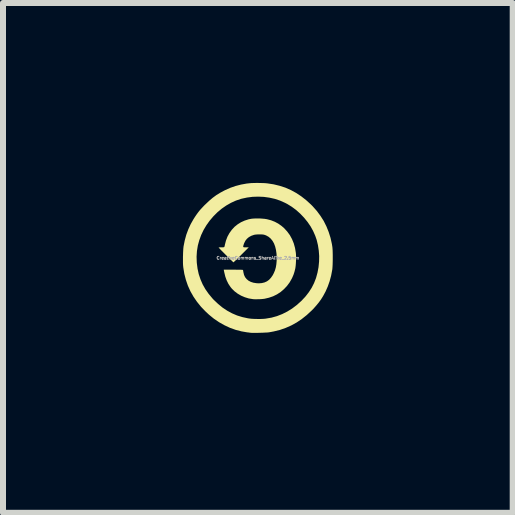
<source format=kicad_pcb>
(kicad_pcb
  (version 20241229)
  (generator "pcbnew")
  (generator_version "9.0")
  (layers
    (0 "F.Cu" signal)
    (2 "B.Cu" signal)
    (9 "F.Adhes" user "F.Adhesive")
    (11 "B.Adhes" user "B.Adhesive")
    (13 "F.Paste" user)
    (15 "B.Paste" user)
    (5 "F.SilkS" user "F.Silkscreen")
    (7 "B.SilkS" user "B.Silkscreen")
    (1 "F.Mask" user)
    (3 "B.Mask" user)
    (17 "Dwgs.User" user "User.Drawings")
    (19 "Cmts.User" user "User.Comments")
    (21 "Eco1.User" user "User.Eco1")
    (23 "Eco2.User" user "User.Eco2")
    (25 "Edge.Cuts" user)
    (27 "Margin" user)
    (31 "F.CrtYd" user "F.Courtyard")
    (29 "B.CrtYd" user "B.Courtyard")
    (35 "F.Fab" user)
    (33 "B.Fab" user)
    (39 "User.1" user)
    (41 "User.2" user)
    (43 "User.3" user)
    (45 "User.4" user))
  (footprint "CreativeCommons_ShareAlike_2.5mm"
    (layer "F.Cu")
    (at 1.249 1.25)
    (property "Reference" "CreativeCommons_ShareAlike_2.5mm" (at 0 0 0) (layer "F.Fab") (effects (font (size 0.05 0.05) (thickness 0.013))))
    (attr board_only exclude_from_pos_files exclude_from_bom)
    (fp_poly (pts (xy 0.035 -0.658) (xy 0.075 -0.655) (xy 0.112 -0.652) (xy 0.143 -0.647) (xy 0.149 -0.646) (xy 0.219 -0.628) (xy 0.282 -0.603) (xy 0.34 -0.572) (xy 0.394 -0.534) (xy 0.438 -0.496) (xy 0.489 -0.44) (xy 0.533 -0.38) (xy 0.569 -0.314) (xy 0.598 -0.243) (xy 0.619 -0.167) (xy 0.632 -0.09) (xy 0.635 -0.06) (xy 0.636 -0.025) (xy 0.636 0.013) (xy 0.635 0.054) (xy 0.633 0.093) (xy 0.63 0.129) (xy 0.626 0.16) (xy 0.623 0.178) (xy 0.61 0.23) (xy 0.595 0.277) (xy 0.575 0.324) (xy 0.566 0.343) (xy 0.529 0.408) (xy 0.485 0.467) (xy 0.435 0.52) (xy 0.38 0.567) (xy 0.319 0.607) (xy 0.254 0.639) (xy 0.184 0.663) (xy 0.112 0.68) (xy 0.112 0.68) (xy 0.08 0.684) (xy 0.043 0.687) (xy 0.004 0.688) (xy -0.034 0.689) (xy -0.068 0.688) (xy -0.086 0.686) (xy -0.153 0.675) (xy -0.218 0.655) (xy -0.279 0.629) (xy -0.336 0.596) (xy -0.388 0.557) (xy -0.433 0.513) (xy -0.457 0.484) (xy -0.492 0.431) (xy -0.52 0.374) (xy -0.543 0.311) (xy -0.56 0.241) (xy -0.566 0.212) (xy -0.569 0.195) (xy -0.409 0.195) (xy -0.365 0.196) (xy -0.329 0.196) (xy -0.3 0.196) (xy -0.279 0.197) (xy -0.264 0.198) (xy -0.254 0.199) (xy -0.249 0.2) (xy -0.248 0.201) (xy -0.247 0.208) (xy -0.244 0.221) (xy -0.242 0.238) (xy -0.241 0.24) (xy -0.231 0.283) (xy -0.213 0.321) (xy -0.188 0.352) (xy -0.156 0.379) (xy -0.118 0.399) (xy -0.074 0.413) (xy -0.023 0.421) (xy 0.017 0.423) (xy 0.066 0.419) (xy 0.111 0.408) (xy 0.151 0.39) (xy 0.187 0.364) (xy 0.219 0.329) (xy 0.248 0.287) (xy 0.266 0.252) (xy 0.285 0.207) (xy 0.299 0.158) (xy 0.308 0.105) (xy 0.313 0.047) (xy 0.314 0.004) (xy 0.311 -0.068) (xy 0.302 -0.132) (xy 0.288 -0.19) (xy 0.269 -0.241) (xy 0.244 -0.285) (xy 0.214 -0.322) (xy 0.179 -0.352) (xy 0.138 -0.375) (xy 0.122 -0.381) (xy 0.107 -0.386) (xy 0.094 -0.389) (xy 0.08 -0.391) (xy 0.063 -0.392) (xy 0.04 -0.393) (xy 0.027 -0.393) (xy -0.007 -0.392) (xy -0.034 -0.39) (xy -0.055 -0.387) (xy -0.064 -0.385) (xy -0.11 -0.369) (xy -0.15 -0.347) (xy -0.183 -0.319) (xy -0.209 -0.286) (xy -0.229 -0.246) (xy -0.235 -0.229) (xy -0.242 -0.207) (xy -0.245 -0.193) (xy -0.244 -0.184) (xy -0.238 -0.179) (xy -0.225 -0.177) (xy -0.205 -0.177) (xy -0.199 -0.177) (xy -0.152 -0.177) (xy -0.277 -0.052) (xy -0.305 -0.025) (xy -0.331 0.001) (xy -0.354 0.024) (xy -0.374 0.043) (xy -0.39 0.058) (xy -0.401 0.068) (xy -0.406 0.073) (xy -0.407 0.073) (xy -0.411 0.07) (xy -0.421 0.061) (xy -0.435 0.047) (xy -0.453 0.03) (xy -0.474 0.01) (xy -0.497 -0.013) (xy -0.521 -0.037) (xy -0.546 -0.062) (xy -0.57 -0.086) (xy -0.592 -0.108) (xy -0.613 -0.129) (xy -0.63 -0.147) (xy -0.643 -0.161) (xy -0.652 -0.17) (xy -0.655 -0.174) (xy -0.65 -0.175) (xy -0.639 -0.176) (xy -0.622 -0.177) (xy -0.607 -0.177) (xy -0.586 -0.177) (xy -0.571 -0.178) (xy -0.563 -0.181) (xy -0.558 -0.187) (xy -0.554 -0.198) (xy -0.551 -0.216) (xy -0.55 -0.22) (xy -0.532 -0.29) (xy -0.507 -0.355) (xy -0.474 -0.415) (xy -0.435 -0.469) (xy -0.39 -0.518) (xy -0.338 -0.56) (xy -0.282 -0.595) (xy -0.22 -0.623) (xy -0.154 -0.644) (xy -0.11 -0.653) (xy -0.081 -0.656) (xy -0.045 -0.658) (xy -0.006 -0.658)) (stroke (width 0) (type solid)) (fill yes) (layer "F.SilkS"))
    (fp_poly (pts (xy 0.009 -1.25) (xy 0.052 -1.249) (xy 0.093 -1.248) (xy 0.13 -1.246) (xy 0.159 -1.243) (xy 0.263 -1.227) (xy 0.362 -1.203) (xy 0.458 -1.172) (xy 0.549 -1.132) (xy 0.637 -1.084) (xy 0.722 -1.028) (xy 0.804 -0.964) (xy 0.884 -0.891) (xy 0.912 -0.863) (xy 0.982 -0.784) (xy 1.043 -0.702) (xy 1.097 -0.617) (xy 1.142 -0.527) (xy 1.18 -0.433) (xy 1.211 -0.335) (xy 1.234 -0.231) (xy 1.242 -0.18) (xy 1.244 -0.157) (xy 1.246 -0.127) (xy 1.247 -0.092) (xy 1.248 -0.052) (xy 1.248 -0.01) (xy 1.248 0.033) (xy 1.247 0.074) (xy 1.246 0.113) (xy 1.244 0.148) (xy 1.242 0.177) (xy 1.24 0.195) (xy 1.221 0.295) (xy 1.196 0.388) (xy 1.165 0.476) (xy 1.128 0.56) (xy 1.087 0.636) (xy 1.052 0.692) (xy 1.014 0.744) (xy 0.972 0.795) (xy 0.925 0.848) (xy 0.896 0.877) (xy 0.815 0.952) (xy 0.732 1.018) (xy 0.646 1.076) (xy 0.557 1.125) (xy 0.464 1.166) (xy 0.367 1.2) (xy 0.265 1.225) (xy 0.19 1.239) (xy 0.175 1.241) (xy 0.153 1.243) (xy 0.125 1.244) (xy 0.093 1.246) (xy 0.059 1.247) (xy 0.024 1.248) (xy -0.011 1.249) (xy -0.043 1.249) (xy -0.072 1.249) (xy -0.097 1.249) (xy -0.114 1.248) (xy -0.123 1.247) (xy -0.132 1.246) (xy -0.148 1.244) (xy -0.167 1.241) (xy -0.175 1.241) (xy -0.273 1.224) (xy -0.37 1.199) (xy -0.465 1.165) (xy -0.557 1.122) (xy -0.646 1.072) (xy -0.733 1.013) (xy -0.815 0.946) (xy -0.872 0.893) (xy -0.948 0.814) (xy -1.015 0.731) (xy -1.074 0.645) (xy -1.125 0.555) (xy -1.167 0.462) (xy -1.2 0.366) (xy -1.226 0.266) (xy -1.243 0.162) (xy -1.246 0.135) (xy -1.248 0.108) (xy -1.249 0.075) (xy -1.249 0.037) (xy -1.249 -0.003) (xy -1.249 -0.022) (xy -1.022 -0.022) (xy -1.019 0.072) (xy -1.018 0.084) (xy -1.006 0.179) (xy -0.986 0.27) (xy -0.957 0.357) (xy -0.921 0.44) (xy -0.876 0.52) (xy -0.822 0.597) (xy -0.761 0.671) (xy -0.737 0.697) (xy -0.664 0.766) (xy -0.59 0.827) (xy -0.512 0.879) (xy -0.431 0.923) (xy -0.347 0.959) (xy -0.259 0.986) (xy -0.167 1.006) (xy -0.133 1.011) (xy -0.103 1.014) (xy -0.066 1.016) (xy -0.025 1.017) (xy 0.017 1.018) (xy 0.059 1.017) (xy 0.098 1.015) (xy 0.13 1.012) (xy 0.135 1.011) (xy 0.228 0.995) (xy 0.318 0.97) (xy 0.405 0.936) (xy 0.489 0.894) (xy 0.57 0.844) (xy 0.648 0.785) (xy 0.724 0.717) (xy 0.732 0.709) (xy 0.795 0.641) (xy 0.85 0.57) (xy 0.897 0.497) (xy 0.936 0.42) (xy 0.968 0.338) (xy 0.97 0.332) (xy 0.994 0.244) (xy 1.011 0.154) (xy 1.02 0.061) (xy 1.022 -0.031) (xy 1.015 -0.123) (xy 1.001 -0.214) (xy 0.98 -0.301) (xy 0.956 -0.37) (xy 0.921 -0.449) (xy 0.878 -0.527) (xy 0.827 -0.601) (xy 0.769 -0.672) (xy 0.706 -0.738) (xy 0.638 -0.799) (xy 0.565 -0.853) (xy 0.489 -0.9) (xy 0.452 -0.919) (xy 0.369 -0.956) (xy 0.282 -0.985) (xy 0.192 -1.005) (xy 0.1 -1.018) (xy 0.007 -1.022) (xy -0.087 -1.019) (xy -0.18 -1.007) (xy -0.273 -0.987) (xy -0.284 -0.984) (xy -0.367 -0.956) (xy -0.448 -0.919) (xy -0.527 -0.874) (xy -0.602 -0.822) (xy -0.674 -0.762) (xy -0.741 -0.695) (xy -0.804 -0.621) (xy -0.857 -0.547) (xy -0.905 -0.467) (xy -0.945 -0.383) (xy -0.977 -0.296) (xy -1.001 -0.207) (xy -1.016 -0.115) (xy -1.022 -0.022) (xy -1.249 -0.022) (xy -1.248 -0.045) (xy -1.247 -0.086) (xy -1.245 -0.123) (xy -1.243 -0.157) (xy -1.24 -0.184) (xy -1.239 -0.193) (xy -1.219 -0.293) (xy -1.193 -0.388) (xy -1.16 -0.477) (xy -1.12 -0.564) (xy -1.073 -0.647) (xy -1.05 -0.683) (xy -1.025 -0.72) (xy -1.001 -0.753) (xy -0.978 -0.783) (xy -0.953 -0.812) (xy -0.925 -0.842) (xy -0.893 -0.876) (xy -0.875 -0.893) (xy -0.814 -0.951) (xy -0.754 -1.002) (xy -0.693 -1.047) (xy -0.628 -1.087) (xy -0.559 -1.124) (xy -0.543 -1.132) (xy -0.457 -1.17) (xy -0.37 -1.2) (xy -0.281 -1.223) (xy -0.187 -1.24) (xy -0.141 -1.245) (xy -0.112 -1.248) (xy -0.075 -1.249) (xy -0.035 -1.25)) (stroke (width 0) (type solid)) (fill yes) (layer "F.SilkS")))
  (gr_rect
    (start -3 -3)
    (end 5.497 5.499)
    (stroke (width 0.1) (type default))
    (fill no)
    (layer "Edge.Cuts")))
</source>
